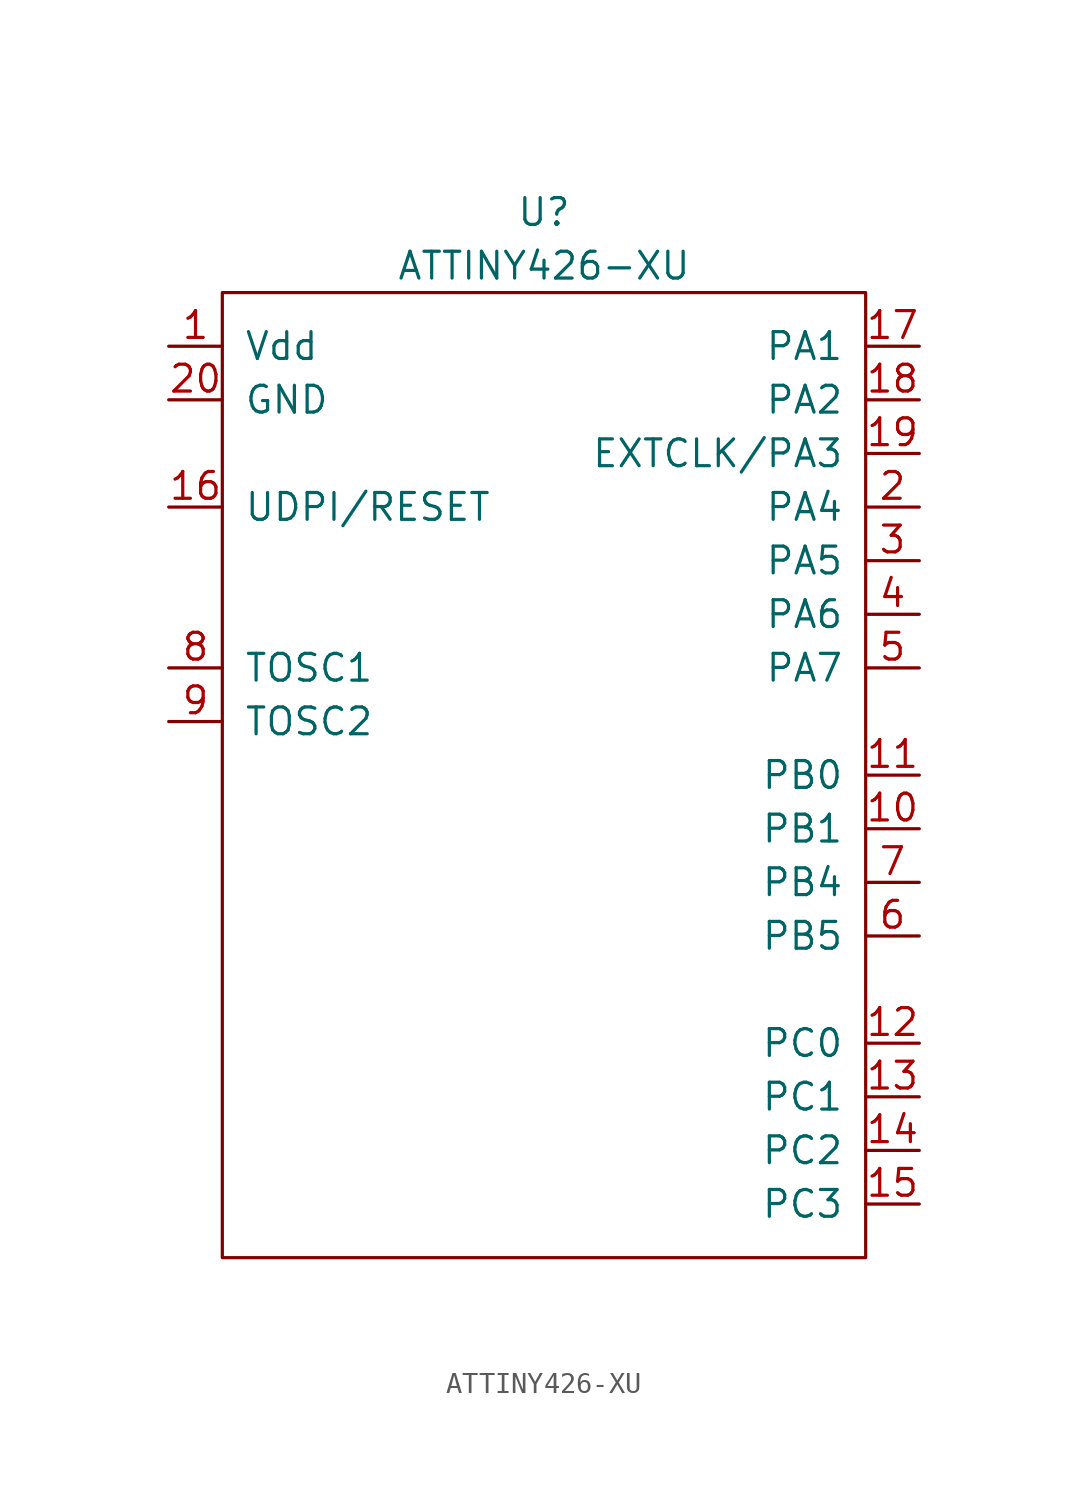
<source format=kicad_sym>
(kicad_symbol_lib
  (version 20210619)
  (generator kicad_symbol_editor)
  (symbol "ATTINY426-XU"
    (pin_names
      (offset 1.016))
    (property "Reference" "U"
      (at 0 26.67 0)
      (effects (font (size 1.27 1.27))))
    (property "Value" "ATTINY426-XU"
      (at 0 24.13 0)
      (effects (font (size 1.27 1.27))))
    (symbol "ATTINY426-XU_0_1"
      (rectangle (start -15.24 22.86) (end 15.24 -22.86) (stroke (width 0)) (fill (type none))))
    (symbol "ATTINY426-XU_1_1"
      (pin power_in line (at -17.78 20.32 0) (length 2.54) (name "Vdd" (effects (font (size 1.27 1.27)))) (number "1" (effects (font (size 1.27 1.27)))))
      (pin bidirectional line (at 17.78 -2.54 180) (length 2.54) (name "PB1" (effects (font (size 1.27 1.27)))) (number "10" (effects (font (size 1.27 1.27)))))
      (pin bidirectional line (at 17.78 0 180) (length 2.54) (name "PB0" (effects (font (size 1.27 1.27)))) (number "11" (effects (font (size 1.27 1.27)))))
      (pin bidirectional line (at 17.78 -12.7 180) (length 2.54) (name "PC0" (effects (font (size 1.27 1.27)))) (number "12" (effects (font (size 1.27 1.27)))))
      (pin bidirectional line (at 17.78 -15.24 180) (length 2.54) (name "PC1" (effects (font (size 1.27 1.27)))) (number "13" (effects (font (size 1.27 1.27)))))
      (pin bidirectional line (at 17.78 -17.78 180) (length 2.54) (name "PC2" (effects (font (size 1.27 1.27)))) (number "14" (effects (font (size 1.27 1.27)))))
      (pin bidirectional line (at 17.78 -20.32 180) (length 2.54) (name "PC3" (effects (font (size 1.27 1.27)))) (number "15" (effects (font (size 1.27 1.27)))))
      (pin input line (at -17.78 12.7 0) (length 2.54) (name "UDPI/RESET" (effects (font (size 1.27 1.27)))) (number "16" (effects (font (size 1.27 1.27)))))
      (pin bidirectional line (at 17.78 20.32 180) (length 2.54) (name "PA1" (effects (font (size 1.27 1.27)))) (number "17" (effects (font (size 1.27 1.27)))))
      (pin bidirectional line (at 17.78 17.78 180) (length 2.54) (name "PA2" (effects (font (size 1.27 1.27)))) (number "18" (effects (font (size 1.27 1.27)))))
      (pin input line (at 17.78 15.24 180) (length 2.54) (name "EXTCLK/PA3" (effects (font (size 1.27 1.27)))) (number "19" (effects (font (size 1.27 1.27)))))
      (pin bidirectional line (at 17.78 12.7 180) (length 2.54) (name "PA4" (effects (font (size 1.27 1.27)))) (number "2" (effects (font (size 1.27 1.27)))))
      (pin power_in line (at -17.78 17.78 0) (length 2.54) (name "GND" (effects (font (size 1.27 1.27)))) (number "20" (effects (font (size 1.27 1.27)))))
      (pin bidirectional line (at 17.78 10.16 180) (length 2.54) (name "PA5" (effects (font (size 1.27 1.27)))) (number "3" (effects (font (size 1.27 1.27)))))
      (pin bidirectional line (at 17.78 7.62 180) (length 2.54) (name "PA6" (effects (font (size 1.27 1.27)))) (number "4" (effects (font (size 1.27 1.27)))))
      (pin bidirectional line (at 17.78 5.08 180) (length 2.54) (name "PA7" (effects (font (size 1.27 1.27)))) (number "5" (effects (font (size 1.27 1.27)))))
      (pin bidirectional line (at 17.78 -7.62 180) (length 2.54) (name "PB5" (effects (font (size 1.27 1.27)))) (number "6" (effects (font (size 1.27 1.27)))))
      (pin bidirectional line (at 17.78 -5.08 180) (length 2.54) (name "PB4" (effects (font (size 1.27 1.27)))) (number "7" (effects (font (size 1.27 1.27)))))
      (pin bidirectional line (at -17.78 5.08 0) (length 2.54) (name "TOSC1" (effects (font (size 1.27 1.27)))) (number "8" (effects (font (size 1.27 1.27)))))
      (pin bidirectional line (at -17.78 2.54 0) (length 2.54) (name "TOSC2" (effects (font (size 1.27 1.27)))) (number "9" (effects (font (size 1.27 1.27))))))))
</source>
